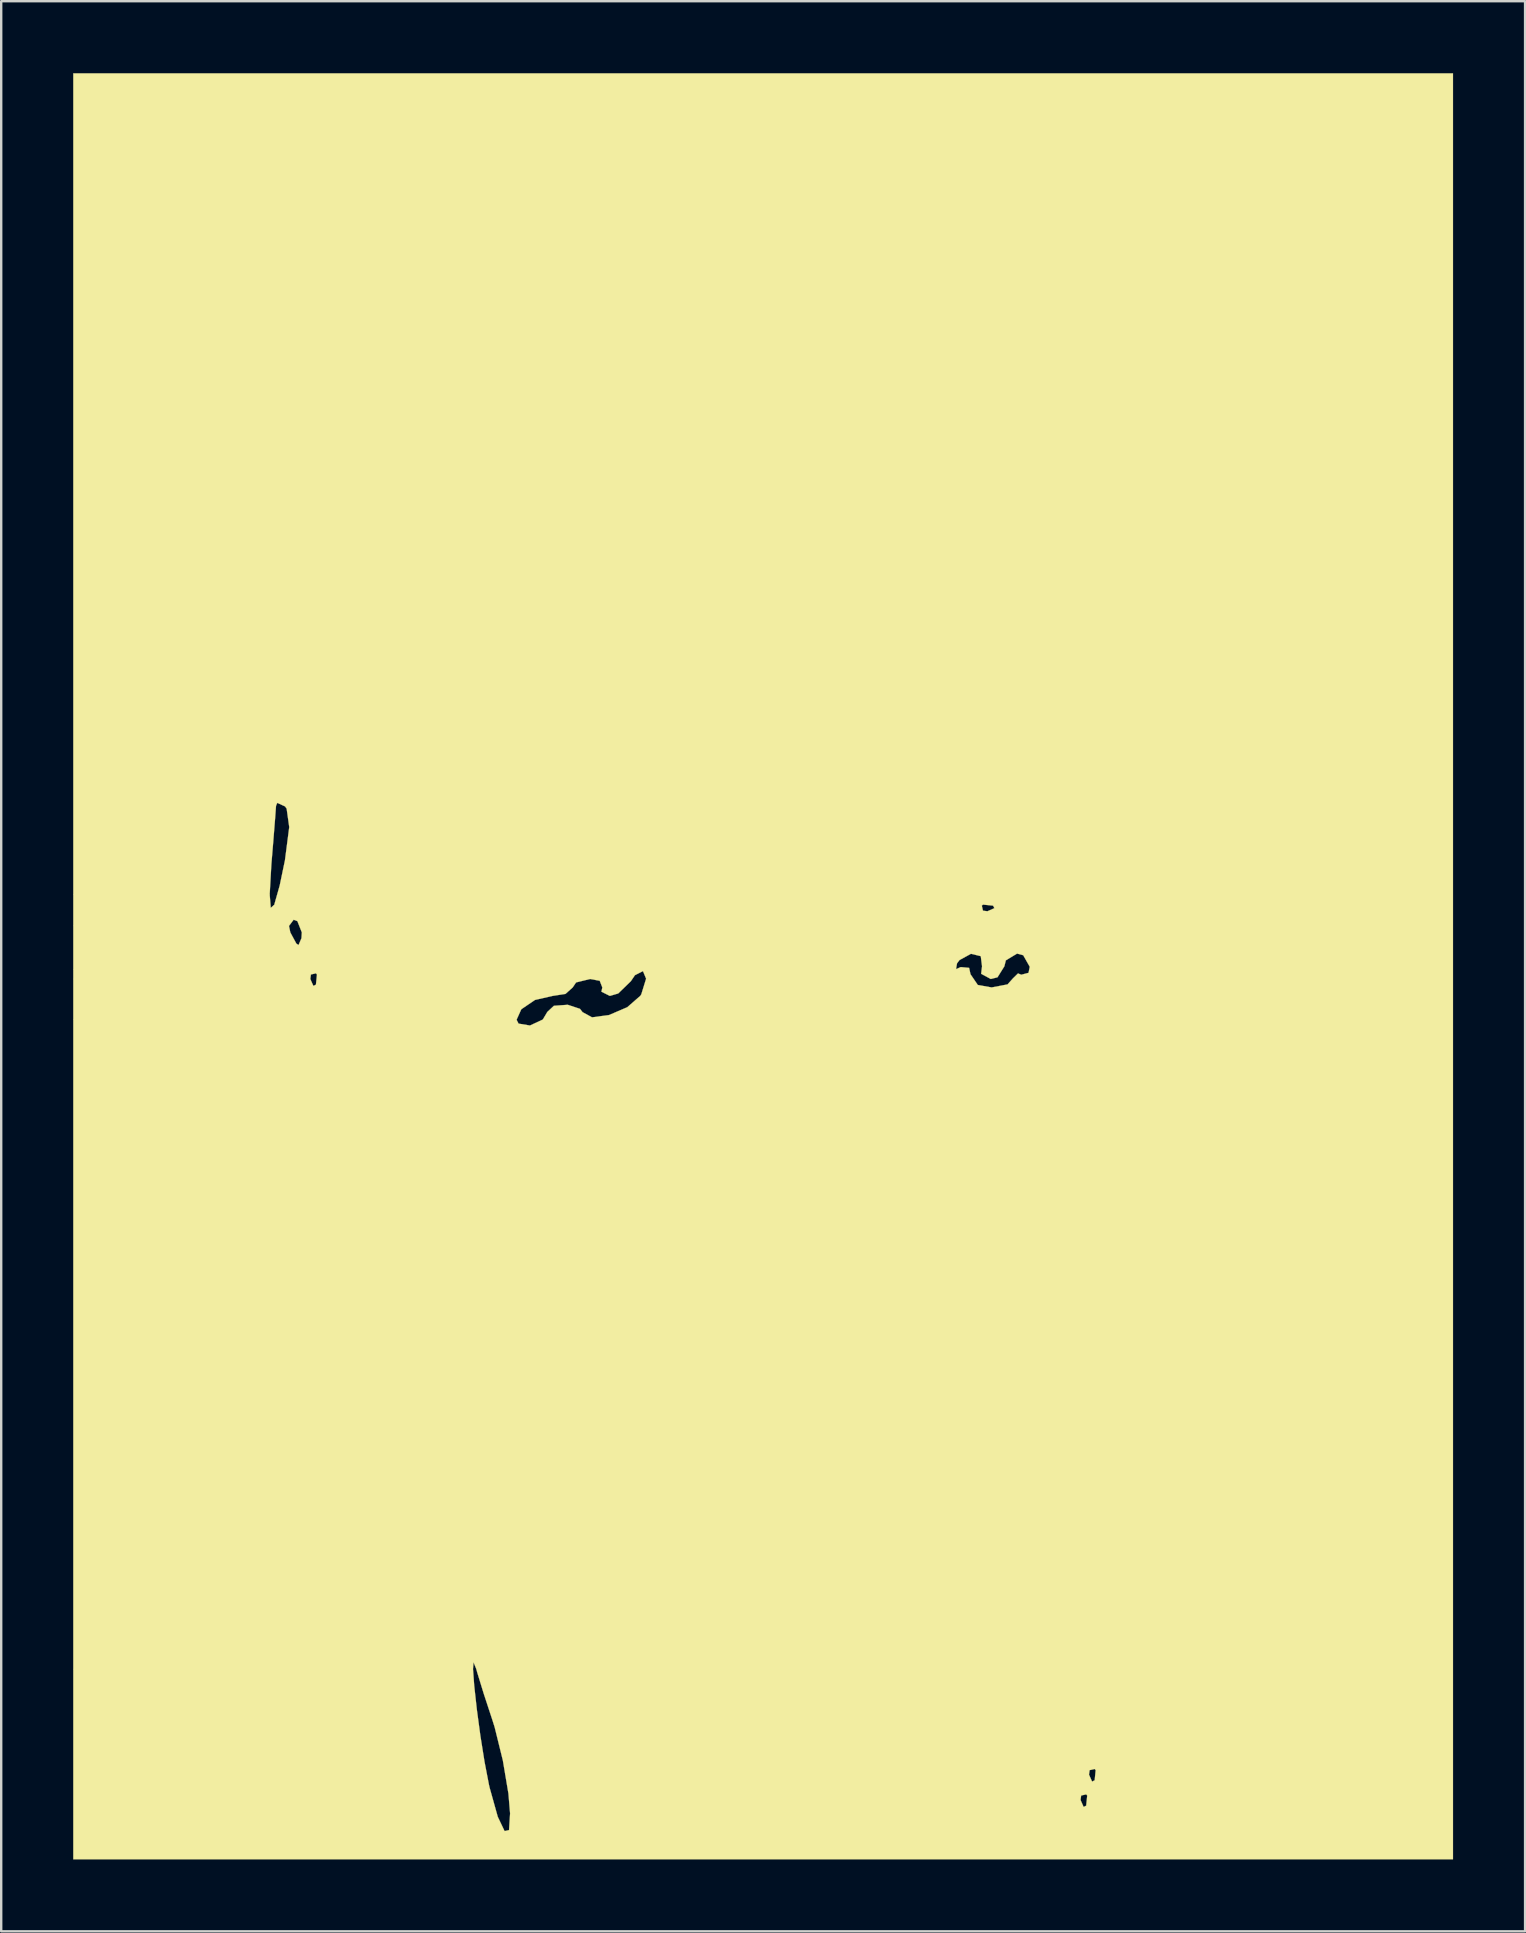
<source format=kicad_pcb>
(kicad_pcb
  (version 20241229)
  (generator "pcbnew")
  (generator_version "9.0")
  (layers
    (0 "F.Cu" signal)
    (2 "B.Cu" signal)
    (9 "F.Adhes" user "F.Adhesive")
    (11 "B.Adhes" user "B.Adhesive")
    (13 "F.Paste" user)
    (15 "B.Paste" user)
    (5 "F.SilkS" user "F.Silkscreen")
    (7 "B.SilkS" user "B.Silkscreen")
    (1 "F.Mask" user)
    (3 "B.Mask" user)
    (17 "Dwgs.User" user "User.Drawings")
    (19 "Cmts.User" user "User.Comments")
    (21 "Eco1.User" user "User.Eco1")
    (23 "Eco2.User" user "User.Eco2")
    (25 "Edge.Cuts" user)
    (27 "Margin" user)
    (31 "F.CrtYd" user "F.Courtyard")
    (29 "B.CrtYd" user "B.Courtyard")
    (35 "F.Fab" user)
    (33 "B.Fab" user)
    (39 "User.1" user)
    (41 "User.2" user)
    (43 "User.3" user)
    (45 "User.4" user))
  (footprint "da,m"
    (layer "F.Cu")
    (at 28.58 37.047)
    (property "Reference" "da,m" (at 0 0 0) (layer "F.SilkS") (effects (font (size 1.524 1.524) (thickness 0.3))))
    (attr through_hole)
    (fp_poly (pts (xy 28.928 37.394) (xy -28.575 37.394) (xy -28.575 29.467) (xy -11.916 29.467) (xy -11.865 30.165) (xy -11.758 31.138) (xy -11.609 32.244) (xy -11.434 33.341) (xy -11.251 34.29) (xy -11.224 34.409) (xy -10.883 35.627) (xy -10.599 36.221) (xy -10.414 36.178) (xy -10.37 35.484) (xy -10.417 34.925) (xy 13.406 34.925) (xy 13.535 35.215) (xy 13.641 35.16) (xy 13.683 34.742) (xy 13.641 34.69) (xy 13.431 34.738) (xy 13.406 34.925) (xy -10.417 34.925) (xy -10.439 34.66) (xy -10.572 33.867) (xy 13.758 33.867) (xy 13.887 34.157) (xy 13.994 34.102) (xy 14.036 33.683) (xy 13.994 33.631) (xy 13.784 33.68) (xy 13.758 33.867) (xy -10.572 33.867) (xy -10.672 33.273) (xy -11.013 31.891) (xy -11.113 31.574) (xy -11.466 30.501) (xy -11.74 29.609) (xy -11.782 29.457) (xy -11.894 29.183) (xy -11.916 29.467) (xy -28.575 29.467) (xy -28.575 2.405) (xy -10.1 2.405) (xy -10.017 2.566) (xy -9.542 2.645) (xy -9.006 2.395) (xy -8.819 2.079) (xy -8.545 1.823) (xy -7.968 1.781) (xy -7.457 1.95) (xy -7.35 2.088) (xy -6.956 2.304) (xy -6.245 2.208) (xy -5.484 1.881) (xy -4.939 1.404) (xy -4.9 1.338) (xy -4.701 0.694) (xy -4.832 0.378) (xy -5.166 0.547) (xy -5.336 0.797) (xy -5.863 1.309) (xy -6.212 1.411) (xy -6.563 1.236) (xy -6.526 1.058) (xy -6.634 0.781) (xy -7.035 0.706) (xy -7.619 0.849) (xy -7.761 1.058) (xy -8.062 1.328) (xy -8.6 1.411) (xy -9.332 1.579) (xy -9.903 1.968) (xy -10.1 2.405) (xy -28.575 2.405) (xy -28.575 0.706) (xy -18.697 0.706) (xy -18.568 0.996) (xy -18.462 0.941) (xy -18.42 0.522) (xy -18.462 0.47) (xy -18.672 0.519) (xy -18.697 0.706) (xy -28.575 0.706) (xy -28.575 0.296) (xy 8.215 0.296) (xy 8.412 0.21) (xy 8.761 0.242) (xy 8.819 0.508) (xy 9.123 0.955) (xy 9.701 1.058) (xy 10.364 0.931) (xy 10.583 0.685) (xy 10.799 0.474) (xy 10.936 0.529) (xy 11.238 0.449) (xy 11.289 0.197) (xy 11.016 -0.284) (xy 10.76 -0.353) (xy 10.292 -0.07) (xy 10.231 0.176) (xy 9.945 0.635) (xy 9.664 0.706) (xy 9.263 0.489) (xy 9.3 0.176) (xy 9.247 -0.246) (xy 8.838 -0.344) (xy 8.361 -0.083) (xy 8.257 0.055) (xy 8.215 0.296) (xy -28.575 0.296) (xy -28.575 -1.505) (xy -19.586 -1.505) (xy -19.53 -1.235) (xy -19.28 -0.771) (xy -19.189 -0.706) (xy -19.065 -0.994) (xy -19.05 -1.235) (xy -19.235 -1.704) (xy -19.392 -1.764) (xy -19.586 -1.505) (xy -28.575 -1.505) (xy -28.575 -2.82) (xy -20.39 -2.82) (xy -20.346 -2.26) (xy -20.239 -2.352) (xy 9.29 -2.352) (xy 9.338 -2.142) (xy 9.525 -2.117) (xy 9.815 -2.246) (xy 9.76 -2.352) (xy 9.342 -2.394) (xy 9.29 -2.352) (xy -20.239 -2.352) (xy -20.201 -2.384) (xy -19.973 -3.188) (xy -19.754 -4.239) (xy -19.575 -5.626) (xy -19.683 -6.393) (xy -19.752 -6.488) (xy -20.076 -6.635) (xy -20.126 -6.509) (xy -20.163 -5.998) (xy -20.241 -5.02) (xy -20.32 -4.069) (xy -20.39 -2.82) (xy -28.575 -2.82) (xy -28.575 -37.042) (xy 28.928 -37.042) (xy 28.928 37.394)) (stroke (width 0.01) (type solid)) (fill yes) (layer "F.SilkS")))
  (gr_rect
    (start -3 -3)
    (end 60.513 77.446)
    (stroke (width 0.1) (type default))
    (fill no)
    (layer "Edge.Cuts")))
</source>
